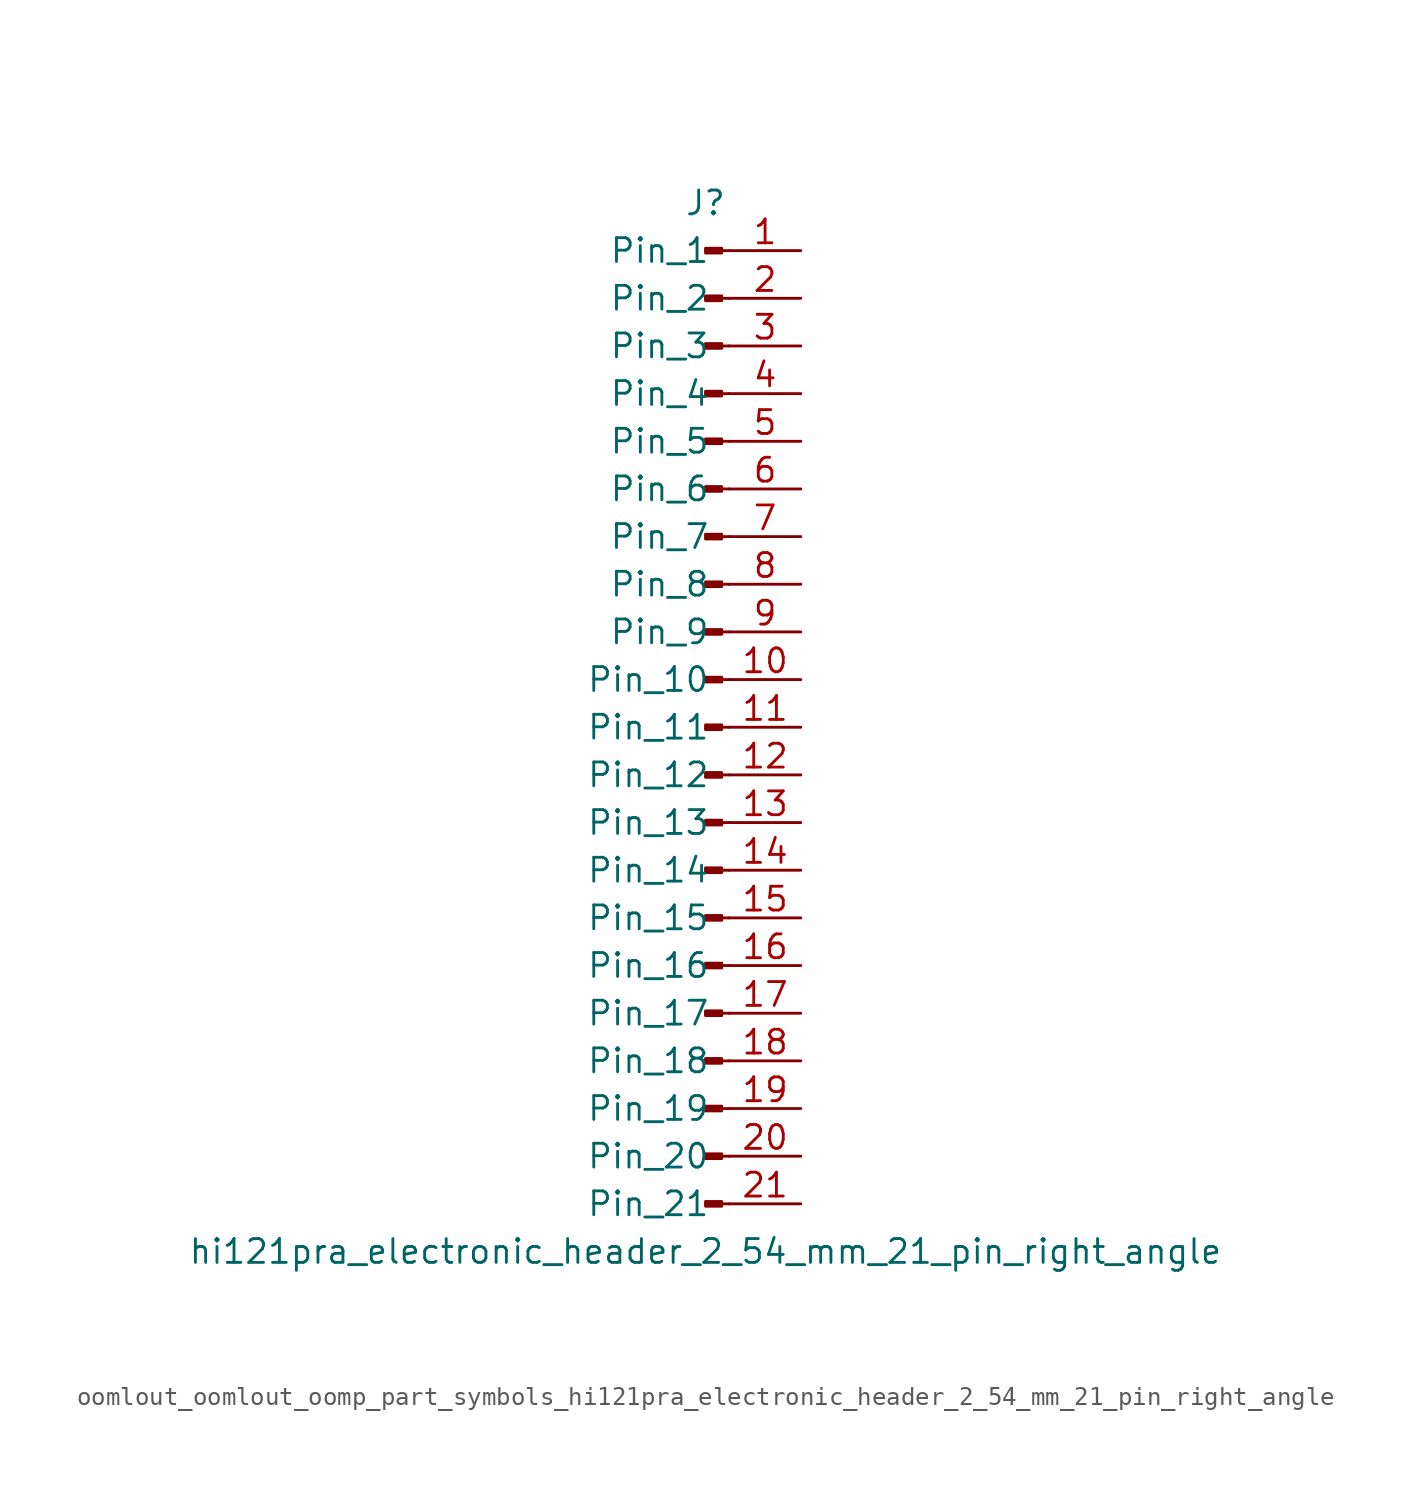
<source format=kicad_sym>
(kicad_symbol_lib
  (version 20220914)
  (generator kicad_symbol_editor)
  (symbol "oomlout_oomlout_oomp_part_symbols_hi121pra_electronic_header_2_54_mm_21_pin_right_angle"
    (pin_names
      (offset 1.016))
    (property "Reference" "J"
      (at 0 27.94 0)
      (effects (font (size 1.27 1.27))))
    (property "Value" "hi121pra_electronic_header_2_54_mm_21_pin_right_angle"
      (at 0 -27.94 0)
      (effects (font (size 1.27 1.27))))
    (property "ki_locked" ""
      (at 0 0 0)
      (effects (font (size 1.27 1.27))))
    (symbol "oomlout_oomlout_oomp_part_symbols_hi121pra_electronic_header_2_54_mm_21_pin_right_angle_1_1"
      (polyline (pts (xy 1.27 -25.4) (xy 0.864 -25.4)) (stroke (width 0.152) (type default)) (fill (type none)))
      (polyline (pts (xy 1.27 -22.86) (xy 0.864 -22.86)) (stroke (width 0.152) (type default)) (fill (type none)))
      (polyline (pts (xy 1.27 -20.32) (xy 0.864 -20.32)) (stroke (width 0.152) (type default)) (fill (type none)))
      (polyline (pts (xy 1.27 -17.78) (xy 0.864 -17.78)) (stroke (width 0.152) (type default)) (fill (type none)))
      (polyline (pts (xy 1.27 -15.24) (xy 0.864 -15.24)) (stroke (width 0.152) (type default)) (fill (type none)))
      (polyline (pts (xy 1.27 -12.7) (xy 0.864 -12.7)) (stroke (width 0.152) (type default)) (fill (type none)))
      (polyline (pts (xy 1.27 -10.16) (xy 0.864 -10.16)) (stroke (width 0.152) (type default)) (fill (type none)))
      (polyline (pts (xy 1.27 -7.62) (xy 0.864 -7.62)) (stroke (width 0.152) (type default)) (fill (type none)))
      (polyline (pts (xy 1.27 -5.08) (xy 0.864 -5.08)) (stroke (width 0.152) (type default)) (fill (type none)))
      (polyline (pts (xy 1.27 -2.54) (xy 0.864 -2.54)) (stroke (width 0.152) (type default)) (fill (type none)))
      (polyline (pts (xy 1.27 0) (xy 0.864 0)) (stroke (width 0.152) (type default)) (fill (type none)))
      (polyline (pts (xy 1.27 2.54) (xy 0.864 2.54)) (stroke (width 0.152) (type default)) (fill (type none)))
      (polyline (pts (xy 1.27 5.08) (xy 0.864 5.08)) (stroke (width 0.152) (type default)) (fill (type none)))
      (polyline (pts (xy 1.27 7.62) (xy 0.864 7.62)) (stroke (width 0.152) (type default)) (fill (type none)))
      (polyline (pts (xy 1.27 10.16) (xy 0.864 10.16)) (stroke (width 0.152) (type default)) (fill (type none)))
      (polyline (pts (xy 1.27 12.7) (xy 0.864 12.7)) (stroke (width 0.152) (type default)) (fill (type none)))
      (polyline (pts (xy 1.27 15.24) (xy 0.864 15.24)) (stroke (width 0.152) (type default)) (fill (type none)))
      (polyline (pts (xy 1.27 17.78) (xy 0.864 17.78)) (stroke (width 0.152) (type default)) (fill (type none)))
      (polyline (pts (xy 1.27 20.32) (xy 0.864 20.32)) (stroke (width 0.152) (type default)) (fill (type none)))
      (polyline (pts (xy 1.27 22.86) (xy 0.864 22.86)) (stroke (width 0.152) (type default)) (fill (type none)))
      (polyline (pts (xy 1.27 25.4) (xy 0.864 25.4)) (stroke (width 0.152) (type default)) (fill (type none)))
      (rectangle (start 0.864 -25.273) (end 0 -25.527) (stroke (width 0.152) (type default)) (fill (type outline)))
      (rectangle (start 0.864 -22.733) (end 0 -22.987) (stroke (width 0.152) (type default)) (fill (type outline)))
      (rectangle (start 0.864 -20.193) (end 0 -20.447) (stroke (width 0.152) (type default)) (fill (type outline)))
      (rectangle (start 0.864 -17.653) (end 0 -17.907) (stroke (width 0.152) (type default)) (fill (type outline)))
      (rectangle (start 0.864 -15.113) (end 0 -15.367) (stroke (width 0.152) (type default)) (fill (type outline)))
      (rectangle (start 0.864 -12.573) (end 0 -12.827) (stroke (width 0.152) (type default)) (fill (type outline)))
      (rectangle (start 0.864 -10.033) (end 0 -10.287) (stroke (width 0.152) (type default)) (fill (type outline)))
      (rectangle (start 0.864 -7.493) (end 0 -7.747) (stroke (width 0.152) (type default)) (fill (type outline)))
      (rectangle (start 0.864 -4.953) (end 0 -5.207) (stroke (width 0.152) (type default)) (fill (type outline)))
      (rectangle (start 0.864 -2.413) (end 0 -2.667) (stroke (width 0.152) (type default)) (fill (type outline)))
      (rectangle (start 0.864 0.127) (end 0 -0.127) (stroke (width 0.152) (type default)) (fill (type outline)))
      (rectangle (start 0.864 2.667) (end 0 2.413) (stroke (width 0.152) (type default)) (fill (type outline)))
      (rectangle (start 0.864 5.207) (end 0 4.953) (stroke (width 0.152) (type default)) (fill (type outline)))
      (rectangle (start 0.864 7.747) (end 0 7.493) (stroke (width 0.152) (type default)) (fill (type outline)))
      (rectangle (start 0.864 10.287) (end 0 10.033) (stroke (width 0.152) (type default)) (fill (type outline)))
      (rectangle (start 0.864 12.827) (end 0 12.573) (stroke (width 0.152) (type default)) (fill (type outline)))
      (rectangle (start 0.864 15.367) (end 0 15.113) (stroke (width 0.152) (type default)) (fill (type outline)))
      (rectangle (start 0.864 17.907) (end 0 17.653) (stroke (width 0.152) (type default)) (fill (type outline)))
      (rectangle (start 0.864 20.447) (end 0 20.193) (stroke (width 0.152) (type default)) (fill (type outline)))
      (rectangle (start 0.864 22.987) (end 0 22.733) (stroke (width 0.152) (type default)) (fill (type outline)))
      (rectangle (start 0.864 25.527) (end 0 25.273) (stroke (width 0.152) (type default)) (fill (type outline)))
      (pin passive line (at 5.08 25.4 180) (length 3.81) (name "Pin_1" (effects (font (size 1.27 1.27)))) (number "1" (effects (font (size 1.27 1.27)))))
      (pin passive line (at 5.08 2.54 180) (length 3.81) (name "Pin_10" (effects (font (size 1.27 1.27)))) (number "10" (effects (font (size 1.27 1.27)))))
      (pin passive line (at 5.08 0 180) (length 3.81) (name "Pin_11" (effects (font (size 1.27 1.27)))) (number "11" (effects (font (size 1.27 1.27)))))
      (pin passive line (at 5.08 -2.54 180) (length 3.81) (name "Pin_12" (effects (font (size 1.27 1.27)))) (number "12" (effects (font (size 1.27 1.27)))))
      (pin passive line (at 5.08 -5.08 180) (length 3.81) (name "Pin_13" (effects (font (size 1.27 1.27)))) (number "13" (effects (font (size 1.27 1.27)))))
      (pin passive line (at 5.08 -7.62 180) (length 3.81) (name "Pin_14" (effects (font (size 1.27 1.27)))) (number "14" (effects (font (size 1.27 1.27)))))
      (pin passive line (at 5.08 -10.16 180) (length 3.81) (name "Pin_15" (effects (font (size 1.27 1.27)))) (number "15" (effects (font (size 1.27 1.27)))))
      (pin passive line (at 5.08 -12.7 180) (length 3.81) (name "Pin_16" (effects (font (size 1.27 1.27)))) (number "16" (effects (font (size 1.27 1.27)))))
      (pin passive line (at 5.08 -15.24 180) (length 3.81) (name "Pin_17" (effects (font (size 1.27 1.27)))) (number "17" (effects (font (size 1.27 1.27)))))
      (pin passive line (at 5.08 -17.78 180) (length 3.81) (name "Pin_18" (effects (font (size 1.27 1.27)))) (number "18" (effects (font (size 1.27 1.27)))))
      (pin passive line (at 5.08 -20.32 180) (length 3.81) (name "Pin_19" (effects (font (size 1.27 1.27)))) (number "19" (effects (font (size 1.27 1.27)))))
      (pin passive line (at 5.08 22.86 180) (length 3.81) (name "Pin_2" (effects (font (size 1.27 1.27)))) (number "2" (effects (font (size 1.27 1.27)))))
      (pin passive line (at 5.08 -22.86 180) (length 3.81) (name "Pin_20" (effects (font (size 1.27 1.27)))) (number "20" (effects (font (size 1.27 1.27)))))
      (pin passive line (at 5.08 -25.4 180) (length 3.81) (name "Pin_21" (effects (font (size 1.27 1.27)))) (number "21" (effects (font (size 1.27 1.27)))))
      (pin passive line (at 5.08 20.32 180) (length 3.81) (name "Pin_3" (effects (font (size 1.27 1.27)))) (number "3" (effects (font (size 1.27 1.27)))))
      (pin passive line (at 5.08 17.78 180) (length 3.81) (name "Pin_4" (effects (font (size 1.27 1.27)))) (number "4" (effects (font (size 1.27 1.27)))))
      (pin passive line (at 5.08 15.24 180) (length 3.81) (name "Pin_5" (effects (font (size 1.27 1.27)))) (number "5" (effects (font (size 1.27 1.27)))))
      (pin passive line (at 5.08 12.7 180) (length 3.81) (name "Pin_6" (effects (font (size 1.27 1.27)))) (number "6" (effects (font (size 1.27 1.27)))))
      (pin passive line (at 5.08 10.16 180) (length 3.81) (name "Pin_7" (effects (font (size 1.27 1.27)))) (number "7" (effects (font (size 1.27 1.27)))))
      (pin passive line (at 5.08 7.62 180) (length 3.81) (name "Pin_8" (effects (font (size 1.27 1.27)))) (number "8" (effects (font (size 1.27 1.27)))))
      (pin passive line (at 5.08 5.08 180) (length 3.81) (name "Pin_9" (effects (font (size 1.27 1.27)))) (number "9" (effects (font (size 1.27 1.27))))))))
</source>
